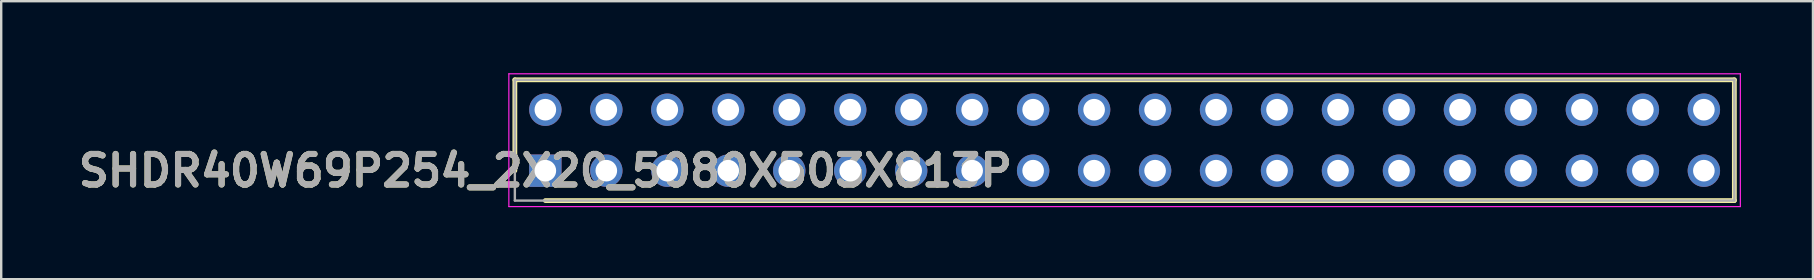
<source format=kicad_pcb>
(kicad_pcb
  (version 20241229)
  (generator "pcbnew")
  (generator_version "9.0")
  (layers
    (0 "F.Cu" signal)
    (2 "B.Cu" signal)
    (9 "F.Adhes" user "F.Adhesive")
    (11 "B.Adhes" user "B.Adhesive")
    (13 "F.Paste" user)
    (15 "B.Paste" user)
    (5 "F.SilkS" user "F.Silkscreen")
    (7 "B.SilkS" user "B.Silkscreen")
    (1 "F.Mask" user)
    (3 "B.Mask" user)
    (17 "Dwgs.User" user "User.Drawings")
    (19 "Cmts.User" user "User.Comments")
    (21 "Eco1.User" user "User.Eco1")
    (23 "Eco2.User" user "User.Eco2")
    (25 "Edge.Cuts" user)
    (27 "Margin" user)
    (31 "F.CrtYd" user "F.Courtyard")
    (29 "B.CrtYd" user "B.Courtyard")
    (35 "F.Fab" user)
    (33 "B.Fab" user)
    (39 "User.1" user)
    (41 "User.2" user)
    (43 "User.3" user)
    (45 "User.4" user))
  (footprint "SHDR40W69P254_2X20_5080X503X813P"
    (layer "F.Cu")
    (at 19.667 4.06)
    (property "Reference" "SHDR40W69P254_2X20_5080X503X813P" (at 0 0 0) (layer "F.SilkS") (effects (font (size 1.27 1.27) (thickness 0.254))))
    (attr through_hole)
    (fp_line (start -1.27 -3.785) (end -1.27 0) (stroke (width 0.2) (type solid)) (layer "F.SilkS"))
    (fp_line (start 0 1.245) (end 49.53 1.245) (stroke (width 0.2) (type solid)) (layer "F.SilkS"))
    (fp_line (start 49.53 -3.785) (end -1.27 -3.785) (stroke (width 0.2) (type solid)) (layer "F.SilkS"))
    (fp_line (start 49.53 1.245) (end 49.53 -3.785) (stroke (width 0.2) (type solid)) (layer "F.SilkS"))
    (fp_line (start -1.52 -4.035) (end 49.78 -4.035) (stroke (width 0.05) (type solid)) (layer "F.CrtYd"))
    (fp_line (start -1.52 1.495) (end -1.52 -4.035) (stroke (width 0.05) (type solid)) (layer "F.CrtYd"))
    (fp_line (start 49.78 -4.035) (end 49.78 1.495) (stroke (width 0.05) (type solid)) (layer "F.CrtYd"))
    (fp_line (start 49.78 1.495) (end -1.52 1.495) (stroke (width 0.05) (type solid)) (layer "F.CrtYd"))
    (fp_line (start -1.27 -3.785) (end 49.53 -3.785) (stroke (width 0.1) (type solid)) (layer "F.Fab"))
    (fp_line (start -1.27 1.245) (end -1.27 -3.785) (stroke (width 0.1) (type solid)) (layer "F.Fab"))
    (fp_line (start 49.53 -3.785) (end 49.53 1.245) (stroke (width 0.1) (type solid)) (layer "F.Fab"))
    (fp_line (start 49.53 1.245) (end -1.27 1.245) (stroke (width 0.1) (type solid)) (layer "F.Fab"))
    (fp_text user "${REFERENCE}" (at 0 0 0) (layer "F.Fab") (effects (font (size 1.27 1.27) (thickness 0.254))))
    (pad "1" thru_hole rect (at 0 0) (size 1.35 1.35) (drill 0.9) (layers "*.Cu" "*.Mask"))
    (pad "2" thru_hole circle (at 0 -2.54) (size 1.35 1.35) (drill 0.9) (layers "*.Cu" "*.Mask"))
    (pad "3" thru_hole circle (at 2.54 0) (size 1.35 1.35) (drill 0.9) (layers "*.Cu" "*.Mask"))
    (pad "4" thru_hole circle (at 2.54 -2.54) (size 1.35 1.35) (drill 0.9) (layers "*.Cu" "*.Mask"))
    (pad "5" thru_hole circle (at 5.08 0) (size 1.35 1.35) (drill 0.9) (layers "*.Cu" "*.Mask"))
    (pad "6" thru_hole circle (at 5.08 -2.54) (size 1.35 1.35) (drill 0.9) (layers "*.Cu" "*.Mask"))
    (pad "7" thru_hole circle (at 7.62 0) (size 1.35 1.35) (drill 0.9) (layers "*.Cu" "*.Mask"))
    (pad "8" thru_hole circle (at 7.62 -2.54) (size 1.35 1.35) (drill 0.9) (layers "*.Cu" "*.Mask"))
    (pad "9" thru_hole circle (at 10.16 0) (size 1.35 1.35) (drill 0.9) (layers "*.Cu" "*.Mask"))
    (pad "10" thru_hole circle (at 10.16 -2.54) (size 1.35 1.35) (drill 0.9) (layers "*.Cu" "*.Mask"))
    (pad "11" thru_hole circle (at 12.7 0) (size 1.35 1.35) (drill 0.9) (layers "*.Cu" "*.Mask"))
    (pad "12" thru_hole circle (at 12.7 -2.54) (size 1.35 1.35) (drill 0.9) (layers "*.Cu" "*.Mask"))
    (pad "13" thru_hole circle (at 15.24 0) (size 1.35 1.35) (drill 0.9) (layers "*.Cu" "*.Mask"))
    (pad "14" thru_hole circle (at 15.24 -2.54) (size 1.35 1.35) (drill 0.9) (layers "*.Cu" "*.Mask"))
    (pad "15" thru_hole circle (at 17.78 0) (size 1.35 1.35) (drill 0.9) (layers "*.Cu" "*.Mask"))
    (pad "16" thru_hole circle (at 17.78 -2.54) (size 1.35 1.35) (drill 0.9) (layers "*.Cu" "*.Mask"))
    (pad "17" thru_hole circle (at 20.32 0) (size 1.35 1.35) (drill 0.9) (layers "*.Cu" "*.Mask"))
    (pad "18" thru_hole circle (at 20.32 -2.54) (size 1.35 1.35) (drill 0.9) (layers "*.Cu" "*.Mask"))
    (pad "19" thru_hole circle (at 22.86 0) (size 1.35 1.35) (drill 0.9) (layers "*.Cu" "*.Mask"))
    (pad "20" thru_hole circle (at 22.86 -2.54) (size 1.35 1.35) (drill 0.9) (layers "*.Cu" "*.Mask"))
    (pad "21" thru_hole circle (at 25.4 0) (size 1.35 1.35) (drill 0.9) (layers "*.Cu" "*.Mask"))
    (pad "22" thru_hole circle (at 25.4 -2.54) (size 1.35 1.35) (drill 0.9) (layers "*.Cu" "*.Mask"))
    (pad "23" thru_hole circle (at 27.94 0) (size 1.35 1.35) (drill 0.9) (layers "*.Cu" "*.Mask"))
    (pad "24" thru_hole circle (at 27.94 -2.54) (size 1.35 1.35) (drill 0.9) (layers "*.Cu" "*.Mask"))
    (pad "25" thru_hole circle (at 30.48 0) (size 1.35 1.35) (drill 0.9) (layers "*.Cu" "*.Mask"))
    (pad "26" thru_hole circle (at 30.48 -2.54) (size 1.35 1.35) (drill 0.9) (layers "*.Cu" "*.Mask"))
    (pad "27" thru_hole circle (at 33.02 0) (size 1.35 1.35) (drill 0.9) (layers "*.Cu" "*.Mask"))
    (pad "28" thru_hole circle (at 33.02 -2.54) (size 1.35 1.35) (drill 0.9) (layers "*.Cu" "*.Mask"))
    (pad "29" thru_hole circle (at 35.56 0) (size 1.35 1.35) (drill 0.9) (layers "*.Cu" "*.Mask"))
    (pad "30" thru_hole circle (at 35.56 -2.54) (size 1.35 1.35) (drill 0.9) (layers "*.Cu" "*.Mask"))
    (pad "31" thru_hole circle (at 38.1 0) (size 1.35 1.35) (drill 0.9) (layers "*.Cu" "*.Mask"))
    (pad "32" thru_hole circle (at 38.1 -2.54) (size 1.35 1.35) (drill 0.9) (layers "*.Cu" "*.Mask"))
    (pad "33" thru_hole circle (at 40.64 0) (size 1.35 1.35) (drill 0.9) (layers "*.Cu" "*.Mask"))
    (pad "34" thru_hole circle (at 40.64 -2.54) (size 1.35 1.35) (drill 0.9) (layers "*.Cu" "*.Mask"))
    (pad "35" thru_hole circle (at 43.18 0) (size 1.35 1.35) (drill 0.9) (layers "*.Cu" "*.Mask"))
    (pad "36" thru_hole circle (at 43.18 -2.54) (size 1.35 1.35) (drill 0.9) (layers "*.Cu" "*.Mask"))
    (pad "37" thru_hole circle (at 45.72 0) (size 1.35 1.35) (drill 0.9) (layers "*.Cu" "*.Mask"))
    (pad "38" thru_hole circle (at 45.72 -2.54) (size 1.35 1.35) (drill 0.9) (layers "*.Cu" "*.Mask"))
    (pad "39" thru_hole circle (at 48.26 0) (size 1.35 1.35) (drill 0.9) (layers "*.Cu" "*.Mask"))
    (pad "40" thru_hole circle (at 48.26 -2.54) (size 1.35 1.35) (drill 0.9) (layers "*.Cu" "*.Mask")))
  (gr_rect
    (start -3 -3)
    (end 72.472 8.58)
    (stroke (width 0.1) (type default))
    (fill no)
    (layer "Edge.Cuts")))
</source>
